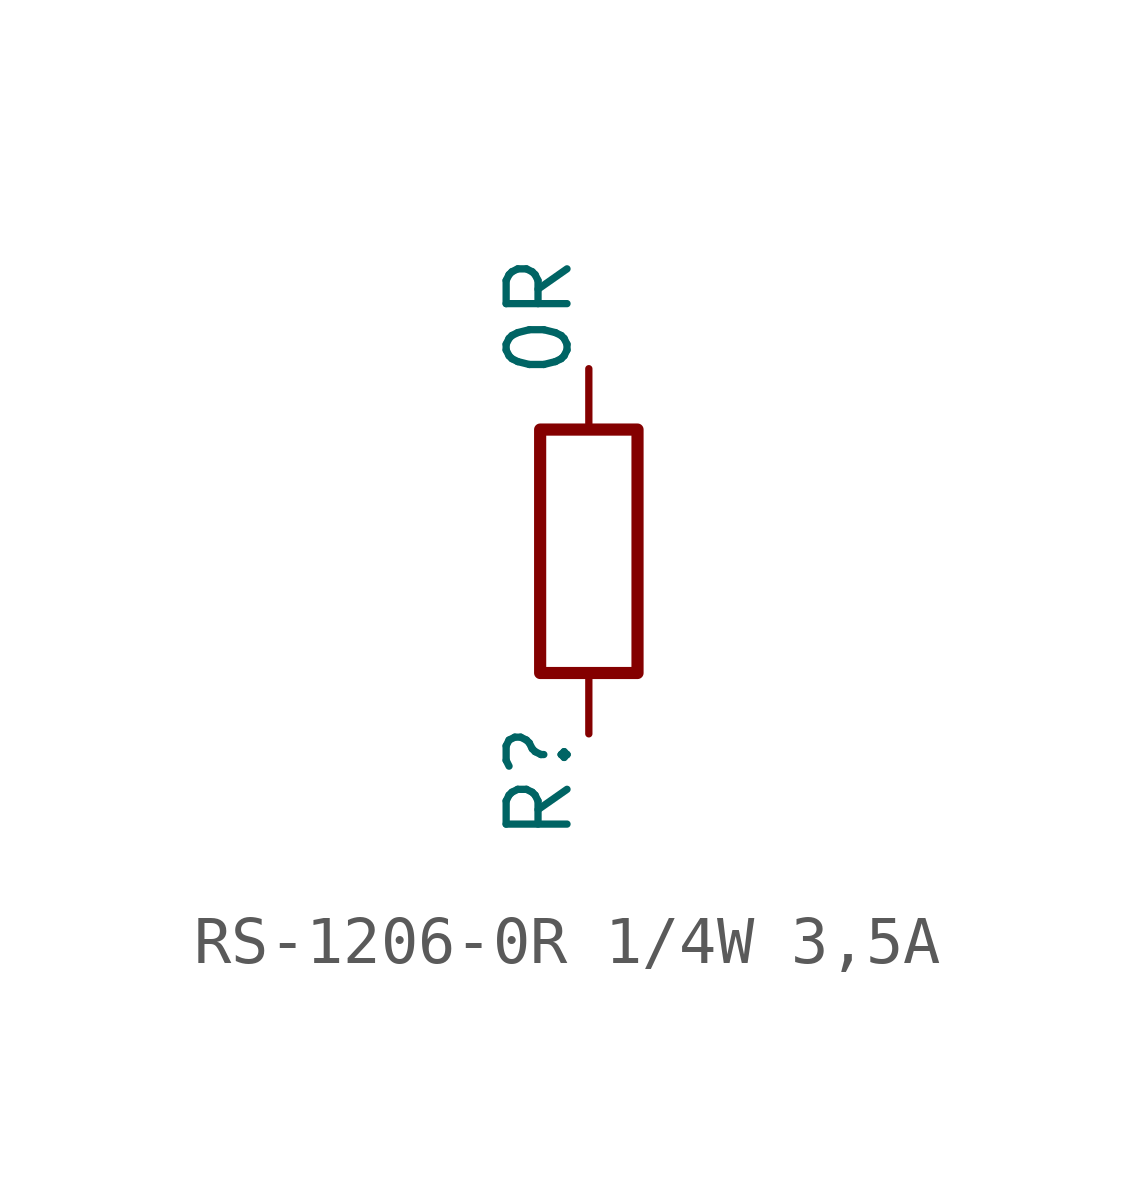
<source format=kicad_sym>
(kicad_symbol_lib
  (version 20241209)
  (generator "kicad_symbol_editor")
  (generator_version "9.0")
  (symbol "RS-1206-0R 1/4W 3,5A"
    (pin_numbers
      (hide yes))
    (pin_names
      (hide yes))
    (property "Reference" "R"
      (at -1.778 -6.096 90)
      (effects (font (size 1.27 1.27)) (justify left top)))
    (property "Value" "0R"
      (at -1.778 3.556 90)
      (effects (font (size 1.27 1.27)) (justify left top)))
    (symbol "RS-1206-0R 1/4W 3,5A_0_1"
      (rectangle (start -1.016 -2.54) (end 1.016 2.54) (stroke (width 0.254) (type default)) (fill (type none))))
    (symbol "RS-1206-0R 1/4W 3,5A_1_1"
      (pin passive line (at 0 3.81 270) (length 1.27) (name "~" (effects (font (size 1.27 1.27)))) (number "1" (effects (font (size 1.27 1.27)))))
      (pin passive line (at 0 -3.81 90) (length 1.27) (name "~" (effects (font (size 1.27 1.27)))) (number "2" (effects (font (size 1.27 1.27))))))))
</source>
